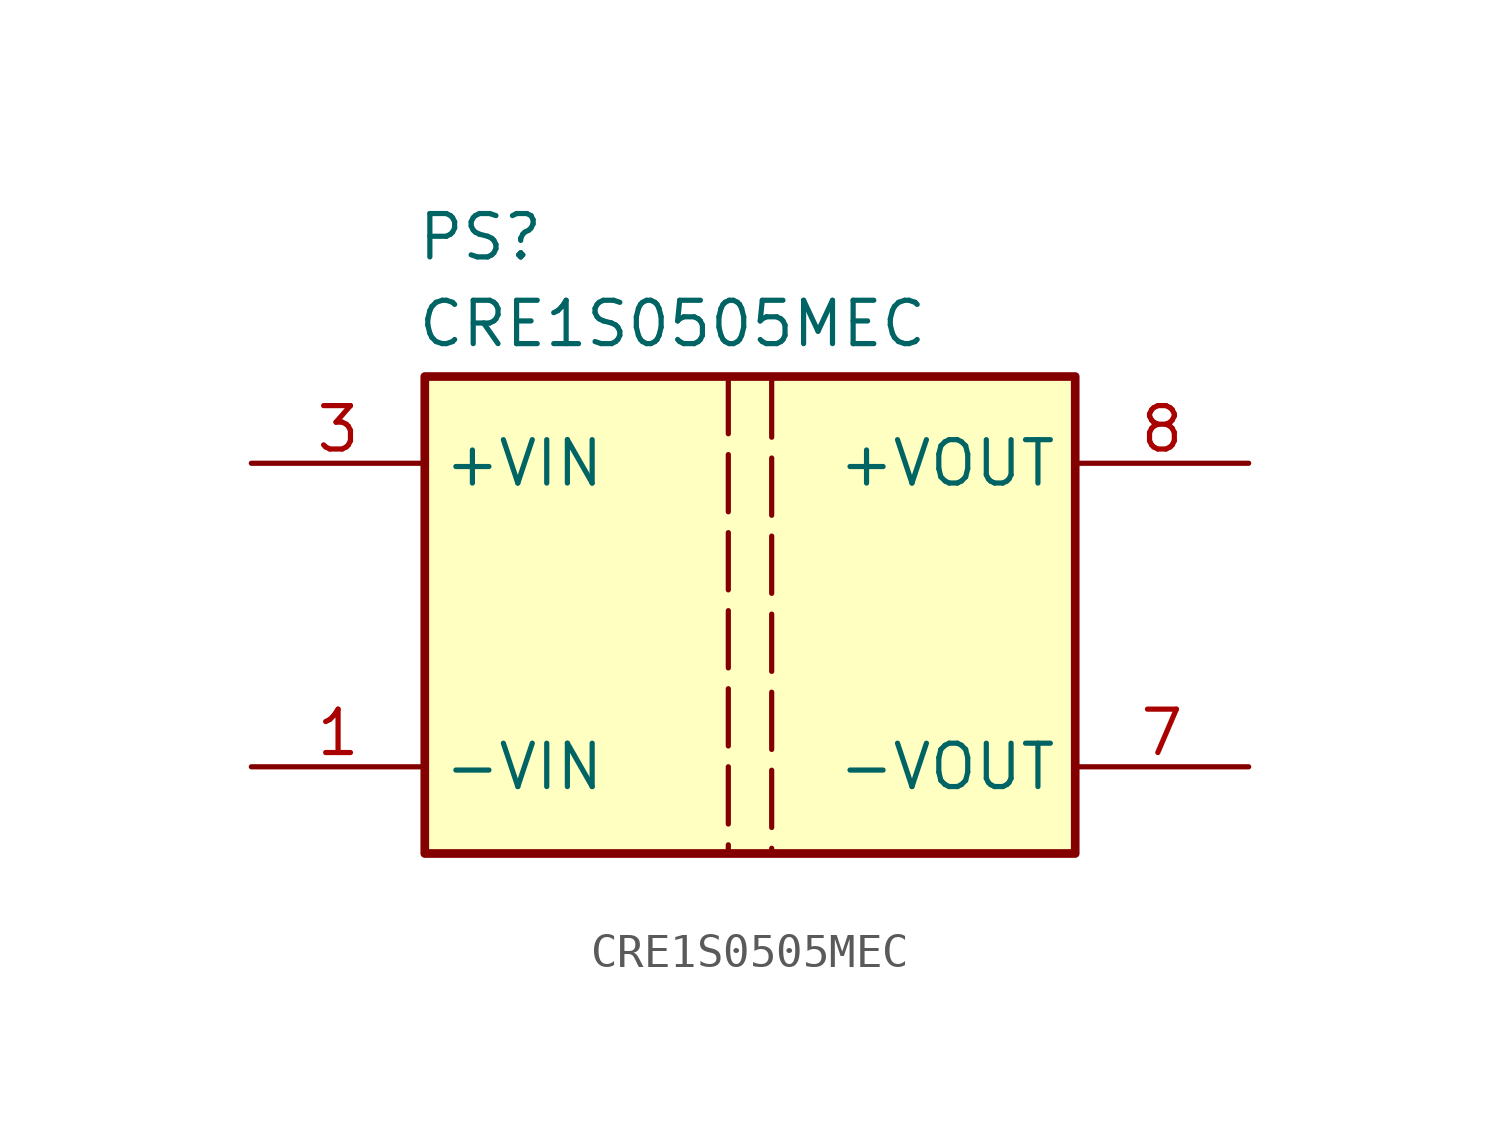
<source format=kicad_sym>
(kicad_symbol_lib
  (version 20231120)
  (generator "kicad_symbol_editor")
  (generator_version "8.0")
  (symbol "CRE1S0505MEC"
    (property "Reference" "PS"
      (at 4.826 6.096 0)
      (effects (font (size 1.27 1.27)) (justify left top)))
    (property "Value" "CRE1S0505MEC"
      (at 4.826 3.556 0)
      (effects (font (size 1.27 1.27)) (justify left top)))
    (symbol "CRE1S0505MEC_1_1"
      (polyline (pts (xy 13.97 1.27) (xy 13.97 -12.7) (xy 15.24 -12.7) (xy 15.24 1.27) (xy 13.97 1.27)) (stroke (width 0) (type dash)) (fill (type none)))
      (rectangle (start 5.08 1.27) (end 24.13 -12.7) (stroke (width 0.254) (type default)) (fill (type background)))
      (pin passive line (at 0 -10.16 0) (length 5.08) (name "-VIN" (effects (font (size 1.27 1.27)))) (number "1" (effects (font (size 1.27 1.27)))))
      (pin no_connect line (at 29.21 -3.81 180) (length 5.08) hide (name "NA" (effects (font (size 1.27 1.27)))) (number "14" (effects (font (size 1.27 1.27)))))
      (pin passive line (at 0 -1.27 0) (length 5.08) (name "+VIN" (effects (font (size 1.27 1.27)))) (number "3" (effects (font (size 1.27 1.27)))))
      (pin passive line (at 29.21 -10.16 180) (length 5.08) (name "-VOUT" (effects (font (size 1.27 1.27)))) (number "7" (effects (font (size 1.27 1.27)))))
      (pin passive line (at 29.21 -1.27 180) (length 5.08) (name "+VOUT" (effects (font (size 1.27 1.27)))) (number "8" (effects (font (size 1.27 1.27))))))))
</source>
